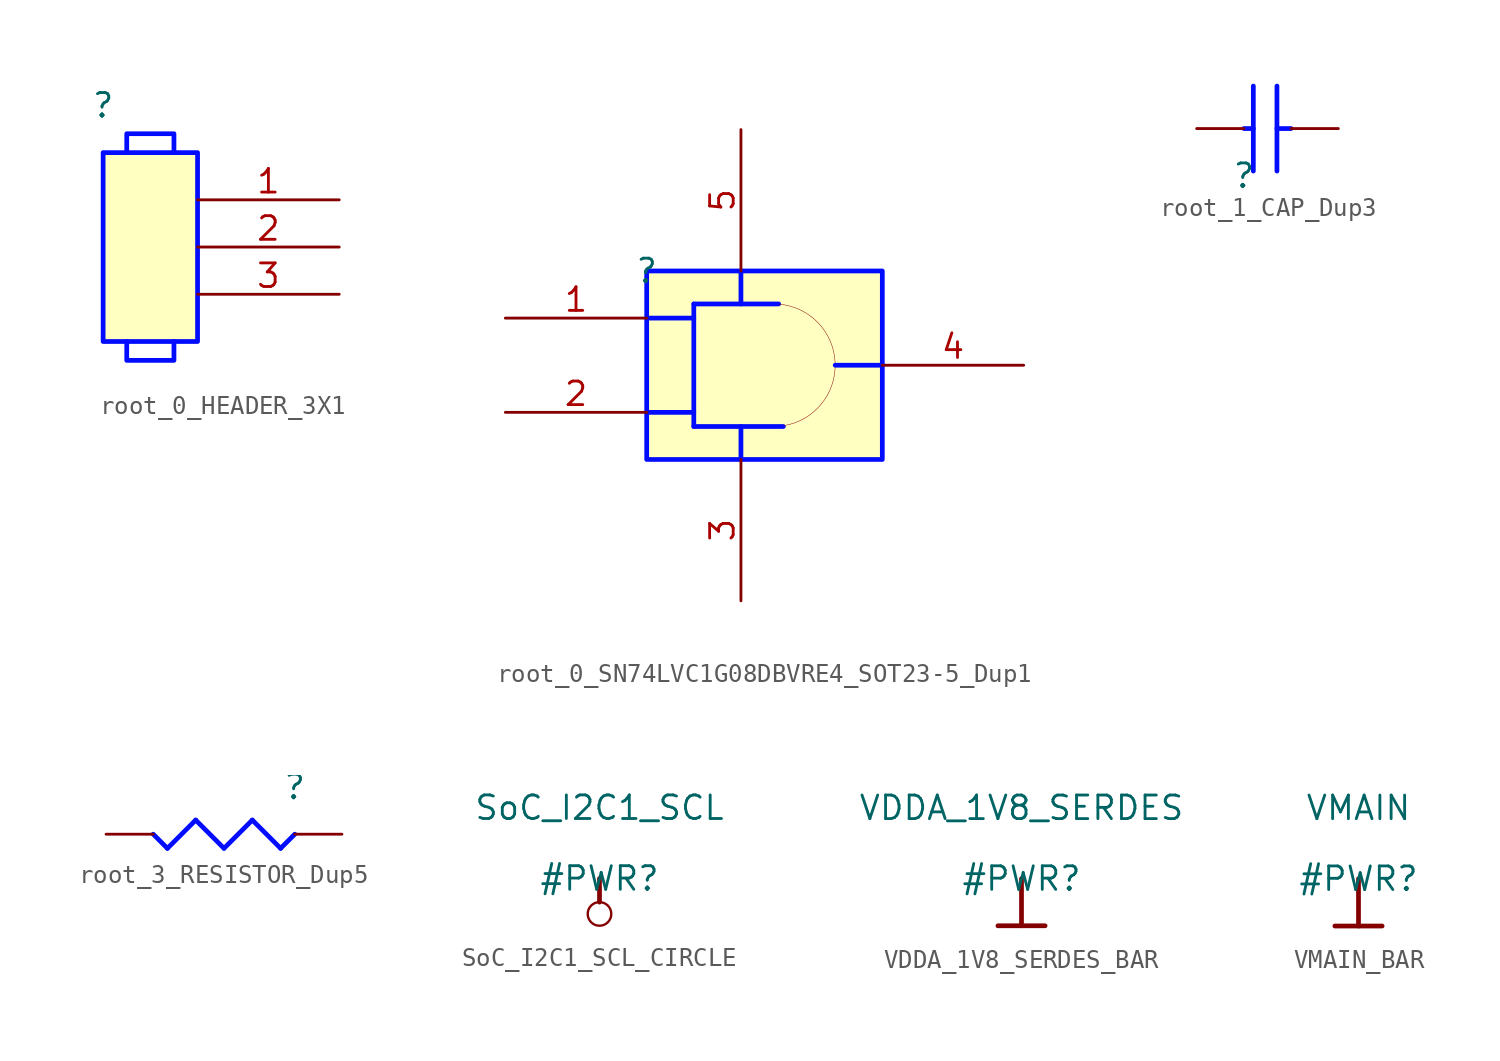
<source format=kicad_sym>
(kicad_symbol_lib
  (version 20231120)
  (generator "kicad_symbol_editor")
  (generator_version "8.0")
  (symbol "root_0_HEADER_3X1"
    (property "Reference" ""
      (at 0 0 0)
      (effects (font (size 1.27 1.27))))
    (property "Value" ""
      (at 0 0 0)
      (effects (font (size 1.27 1.27))))
    (symbol "root_0_HEADER_3X1_1_0"
      (polyline (pts (xy 1.27 -12.7) (xy 1.27 -12.954) (xy 1.27 -13.716) (xy 3.81 -13.716) (xy 3.81 -12.7)) (stroke (width 0.254) (type solid) (color 0 11 255 1)) (fill (type none)))
      (polyline (pts (xy 3.81 -2.54) (xy 3.81 -2.286) (xy 3.81 -1.524) (xy 1.27 -1.524) (xy 1.27 -2.54)) (stroke (width 0.254) (type solid) (color 0 11 255 1)) (fill (type none)))
      (rectangle (start 5.08 -2.54) (end 0 -12.7) (stroke (width 0.254) (type solid) (color 0 11 255 1)) (fill (type background)))
      (pin passive line (at 12.7 -5.08 180) (length 7.62) (name "1" (effects (font (size 0 0)))) (number "1" (effects (font (size 1.27 1.27)))))
      (pin passive line (at 12.7 -7.62 180) (length 7.62) (name "2" (effects (font (size 0 0)))) (number "2" (effects (font (size 1.27 1.27)))))
      (pin passive line (at 12.7 -10.16 180) (length 7.62) (name "3" (effects (font (size 0 0)))) (number "3" (effects (font (size 1.27 1.27)))))))
  (symbol "root_0_SN74LVC1G08DBVRE4_SOT23-5_Dup1"
    (property "Reference" ""
      (at 0 0 0)
      (effects (font (size 1.27 1.27))))
    (property "Value" ""
      (at 0 0 0)
      (effects (font (size 1.27 1.27))))
    (symbol "root_0_SN74LVC1G08DBVRE4_SOT23-5_Dup1_1_0"
      (polyline (pts (xy 0 -7.62) (xy 2.54 -7.62)) (stroke (width 0.254) (type solid) (color 0 11 255 1)) (fill (type none)))
      (polyline (pts (xy 0 -2.54) (xy 2.54 -2.54)) (stroke (width 0.254) (type solid) (color 0 11 255 1)) (fill (type none)))
      (polyline (pts (xy 2.54 -8.382) (xy 7.366 -8.382)) (stroke (width 0.254) (type solid) (color 0 11 255 1)) (fill (type none)))
      (polyline (pts (xy 2.54 -1.778) (xy 2.54 -8.382)) (stroke (width 0.254) (type solid) (color 0 11 255 1)) (fill (type none)))
      (polyline (pts (xy 2.54 -1.778) (xy 7.112 -1.778)) (stroke (width 0.254) (type solid) (color 0 11 255 1)) (fill (type none)))
      (polyline (pts (xy 5.08 -8.382) (xy 5.08 -10.16)) (stroke (width 0.254) (type solid) (color 0 11 255 1)) (fill (type none)))
      (polyline (pts (xy 5.08 -1.778) (xy 5.08 0)) (stroke (width 0.254) (type solid) (color 0 11 255 1)) (fill (type none)))
      (polyline (pts (xy 10.16 -5.08) (xy 12.7 -5.08)) (stroke (width 0.254) (type solid) (color 0 11 255 1)) (fill (type none)))
      (arc (start 7.3601 -8.3436) (mid 10.158 -4.9653) (end 7.1322 -1.7894) (stroke (width 0.0254) (type solid)) (fill (type none)))
      (rectangle (start 12.7 0) (end 0 -10.16) (stroke (width 0.254) (type solid) (color 0 11 255 1)) (fill (type background)))
      (pin input line (at -7.62 -2.54 0) (length 7.62) (name "A" (effects (font (size 0 0)))) (number "1" (effects (font (size 1.27 1.27)))))
      (pin input line (at -7.62 -7.62 0) (length 7.62) (name "B" (effects (font (size 0 0)))) (number "2" (effects (font (size 1.27 1.27)))))
      (pin power_in line (at 5.08 -17.78 90) (length 7.62) (name "GND" (effects (font (size 0 0)))) (number "3" (effects (font (size 1.27 1.27)))))
      (pin output line (at 20.32 -5.08 180) (length 7.62) (name "Y" (effects (font (size 0 0)))) (number "4" (effects (font (size 1.27 1.27)))))
      (pin power_in line (at 5.08 7.62 270) (length 7.62) (name "VCC" (effects (font (size 0 0)))) (number "5" (effects (font (size 1.27 1.27)))))))
  (symbol "root_1_CAP_Dup3"
    (property "Reference" ""
      (at 0 0 0)
      (effects (font (size 1.27 1.27))))
    (property "Value" ""
      (at 0 0 0)
      (effects (font (size 1.27 1.27))))
    (symbol "root_1_CAP_Dup3_1_0"
      (polyline (pts (xy 0 2.54) (xy 0.508 2.54)) (stroke (width 0.254) (type solid) (color 0 11 255 1)) (fill (type none)))
      (polyline (pts (xy 0.508 0.254) (xy 0.508 4.826)) (stroke (width 0.254) (type solid) (color 0 11 255 1)) (fill (type none)))
      (polyline (pts (xy 1.778 0.254) (xy 1.778 4.826)) (stroke (width 0.254) (type solid) (color 0 11 255 1)) (fill (type none)))
      (polyline (pts (xy 2.54 2.54) (xy 1.778 2.54)) (stroke (width 0.254) (type solid) (color 0 11 255 1)) (fill (type none)))
      (pin passive line (at -2.54 2.54 0) (length 2.54) (name "1" (effects (font (size 0 0)))) (number "1" (effects (font (size 0 0)))))
      (pin passive line (at 5.08 2.54 180) (length 2.54) (name "2" (effects (font (size 0 0)))) (number "2" (effects (font (size 0 0)))))))
  (symbol "root_3_RESISTOR_Dup5"
    (property "Reference" ""
      (at 0 0 0)
      (effects (font (size 1.27 1.27))))
    (property "Value" ""
      (at 0 0 0)
      (effects (font (size 1.27 1.27))))
    (symbol "root_3_RESISTOR_Dup5_1_0"
      (polyline (pts (xy -6.858 -3.302) (xy -7.62 -2.54)) (stroke (width 0.254) (type solid) (color 0 11 255 1)) (fill (type none)))
      (polyline (pts (xy -5.334 -1.778) (xy -6.858 -3.302)) (stroke (width 0.254) (type solid) (color 0 11 255 1)) (fill (type none)))
      (polyline (pts (xy -3.81 -3.302) (xy -5.334 -1.778)) (stroke (width 0.254) (type solid) (color 0 11 255 1)) (fill (type none)))
      (polyline (pts (xy -2.286 -1.778) (xy -3.81 -3.302)) (stroke (width 0.254) (type solid) (color 0 11 255 1)) (fill (type none)))
      (polyline (pts (xy -0.762 -3.302) (xy -2.286 -1.778)) (stroke (width 0.254) (type solid) (color 0 11 255 1)) (fill (type none)))
      (polyline (pts (xy 0 -2.54) (xy -0.762 -3.302)) (stroke (width 0.254) (type solid) (color 0 11 255 1)) (fill (type none)))
      (pin passive line (at 2.54 -2.54 180) (length 2.54) (name "1" (effects (font (size 0 0)))) (number "1" (effects (font (size 0 0)))))
      (pin passive line (at -10.16 -2.54 0) (length 2.54) (name "2" (effects (font (size 0 0)))) (number "2" (effects (font (size 0 0)))))))
  (symbol "SoC_I2C1_SCL_CIRCLE"
    (power)
    (property "Reference" "#PWR"
      (at 0 0 0)
      (effects (font (size 1.27 1.27))))
    (property "Value" "SoC_I2C1_SCL"
      (at 0 3.81 0)
      (effects (font (size 1.27 1.27))))
    (symbol "SoC_I2C1_SCL_CIRCLE_0_0"
      (circle (center 0 -1.905) (radius 0.635) (stroke (width 0.127) (type solid)) (fill (type none)))
      (polyline (pts (xy 0 0) (xy 0 -1.27)) (stroke (width 0.254) (type solid)) (fill (type none)))
      (pin power_in line (at 0 0 0) (length 0) hide (name "SoC_I2C1_SCL" (effects (font (size 1.27 1.27)))) (number "" (effects (font (size 1.27 1.27)))))))
  (symbol "VDDA_1V8_SERDES_BAR"
    (power)
    (property "Reference" "#PWR"
      (at 0 0 0)
      (effects (font (size 1.27 1.27))))
    (property "Value" "VDDA_1V8_SERDES"
      (at 0 3.81 0)
      (effects (font (size 1.27 1.27))))
    (symbol "VDDA_1V8_SERDES_BAR_0_0"
      (polyline (pts (xy -1.27 -2.54) (xy 1.27 -2.54)) (stroke (width 0.254) (type solid)) (fill (type none)))
      (polyline (pts (xy 0 0) (xy 0 -2.54)) (stroke (width 0.254) (type solid)) (fill (type none)))
      (pin power_in line (at 0 0 0) (length 0) hide (name "VDDA_1V8_SERDES" (effects (font (size 1.27 1.27)))) (number "" (effects (font (size 1.27 1.27)))))))
  (symbol "VMAIN_BAR"
    (power)
    (property "Reference" "#PWR"
      (at 0 0 0)
      (effects (font (size 1.27 1.27))))
    (property "Value" "VMAIN"
      (at 0 3.81 0)
      (effects (font (size 1.27 1.27))))
    (symbol "VMAIN_BAR_0_0"
      (polyline (pts (xy -1.27 -2.54) (xy 1.27 -2.54)) (stroke (width 0.254) (type solid)) (fill (type none)))
      (polyline (pts (xy 0 0) (xy 0 -2.54)) (stroke (width 0.254) (type solid)) (fill (type none)))
      (pin power_in line (at 0 0 0) (length 0) hide (name "VMAIN" (effects (font (size 1.27 1.27)))) (number "" (effects (font (size 1.27 1.27))))))))
</source>
